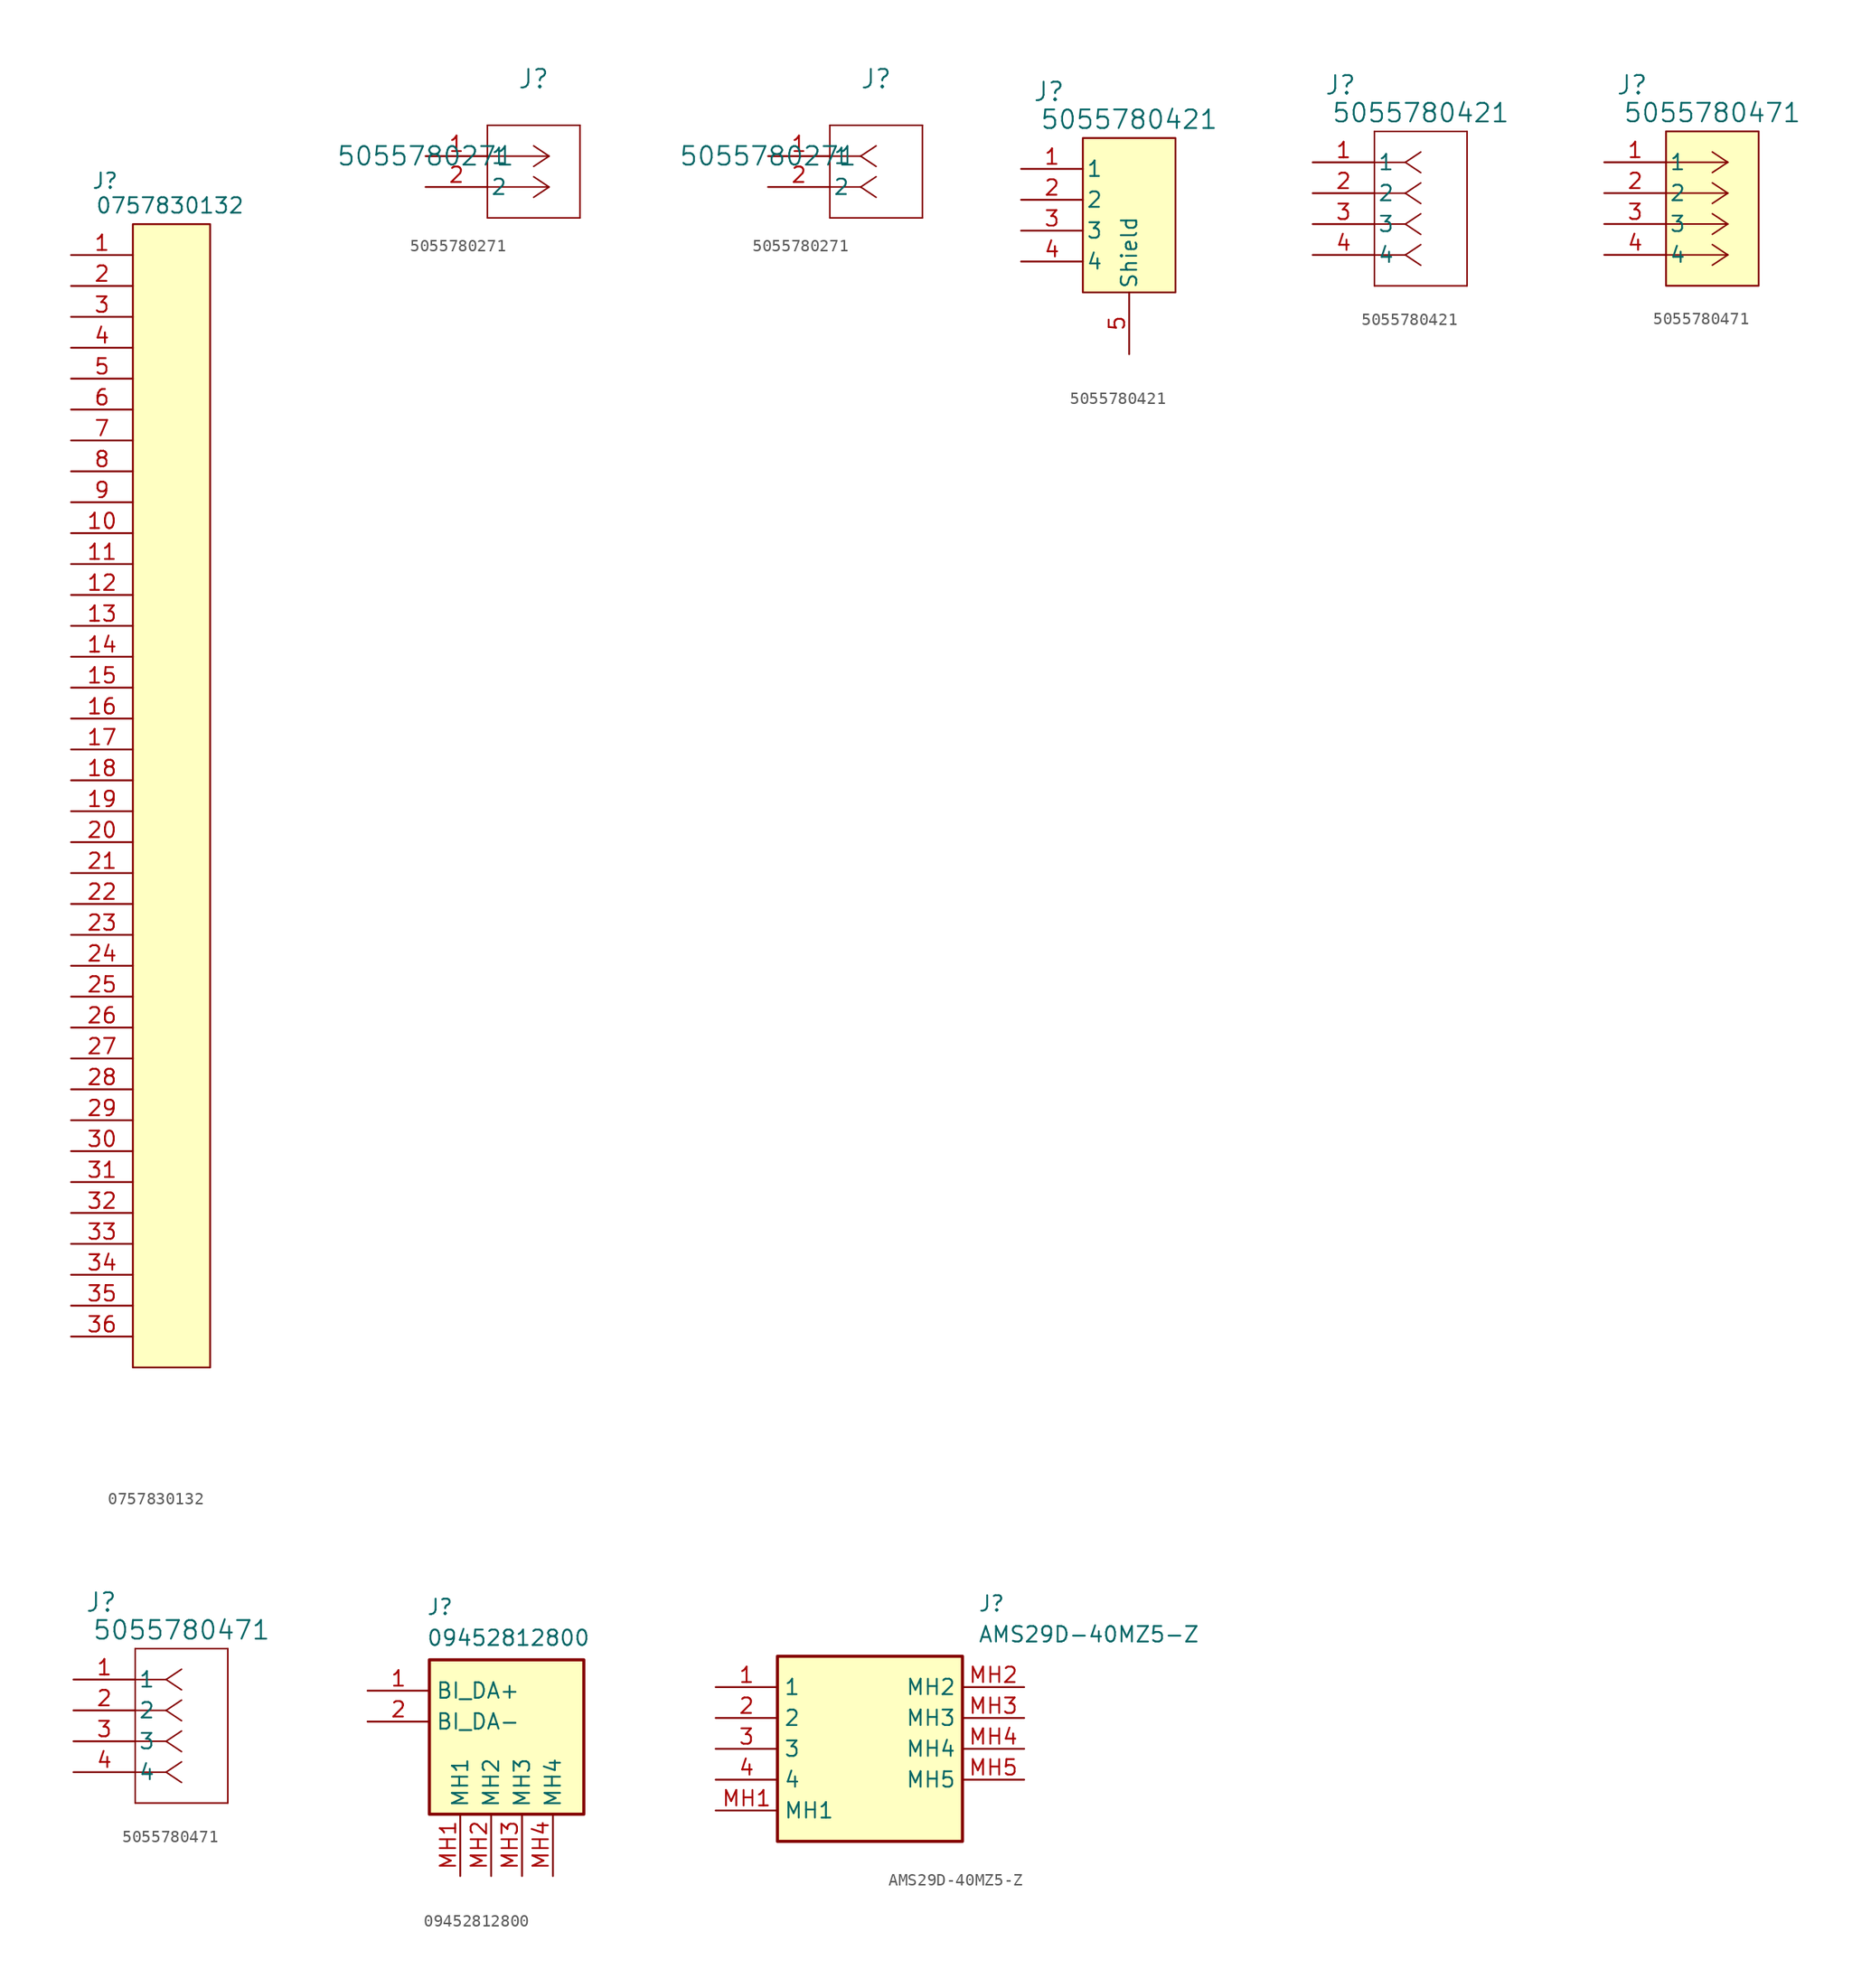
<source format=kicad_sym>
(kicad_symbol_lib
  (version 20241209)
  (generator "kicad_symbol_editor")
  (generator_version "9.0")
  (symbol "0757830132"
    (property "Reference" "J"
      (at 2.794 6.096 0)
      (effects (font (size 1.27 1.27))))
    (property "Value" "0757830132"
      (at 8.128 4.064 0)
      (effects (font (size 1.27 1.27))))
    (symbol "0757830132_1_1"
      (rectangle (start 5.08 2.54) (end 11.43 -91.44) (stroke (width 0) (type solid)) (fill (type background)))
      (pin input line (at 0 0 0) (length 5.08) (name "" (effects (font (size 1.27 1.27)))) (number "1" (effects (font (size 1.27 1.27)))))
      (pin input line (at 0 -2.54 0) (length 5.08) (name "" (effects (font (size 1.27 1.27)))) (number "2" (effects (font (size 1.27 1.27)))))
      (pin input line (at 0 -5.08 0) (length 5.08) (name "" (effects (font (size 1.27 1.27)))) (number "3" (effects (font (size 1.27 1.27)))))
      (pin input line (at 0 -7.62 0) (length 5.08) (name "" (effects (font (size 1.27 1.27)))) (number "4" (effects (font (size 1.27 1.27)))))
      (pin input line (at 0 -10.16 0) (length 5.08) (name "" (effects (font (size 1.27 1.27)))) (number "5" (effects (font (size 1.27 1.27)))))
      (pin input line (at 0 -12.7 0) (length 5.08) (name "" (effects (font (size 1.27 1.27)))) (number "6" (effects (font (size 1.27 1.27)))))
      (pin input line (at 0 -15.24 0) (length 5.08) (name "" (effects (font (size 1.27 1.27)))) (number "7" (effects (font (size 1.27 1.27)))))
      (pin input line (at 0 -17.78 0) (length 5.08) (name "" (effects (font (size 1.27 1.27)))) (number "8" (effects (font (size 1.27 1.27)))))
      (pin input line (at 0 -20.32 0) (length 5.08) (name "" (effects (font (size 1.27 1.27)))) (number "9" (effects (font (size 1.27 1.27)))))
      (pin input line (at 0 -22.86 0) (length 5.08) (name "" (effects (font (size 1.27 1.27)))) (number "10" (effects (font (size 1.27 1.27)))))
      (pin input line (at 0 -25.4 0) (length 5.08) (name "" (effects (font (size 1.27 1.27)))) (number "11" (effects (font (size 1.27 1.27)))))
      (pin input line (at 0 -27.94 0) (length 5.08) (name "" (effects (font (size 1.27 1.27)))) (number "12" (effects (font (size 1.27 1.27)))))
      (pin input line (at 0 -30.48 0) (length 5.08) (name "" (effects (font (size 1.27 1.27)))) (number "13" (effects (font (size 1.27 1.27)))))
      (pin input line (at 0 -33.02 0) (length 5.08) (name "" (effects (font (size 1.27 1.27)))) (number "14" (effects (font (size 1.27 1.27)))))
      (pin input line (at 0 -35.56 0) (length 5.08) (name "" (effects (font (size 1.27 1.27)))) (number "15" (effects (font (size 1.27 1.27)))))
      (pin input line (at 0 -38.1 0) (length 5.08) (name "" (effects (font (size 1.27 1.27)))) (number "16" (effects (font (size 1.27 1.27)))))
      (pin input line (at 0 -40.64 0) (length 5.08) (name "" (effects (font (size 1.27 1.27)))) (number "17" (effects (font (size 1.27 1.27)))))
      (pin input line (at 0 -43.18 0) (length 5.08) (name "" (effects (font (size 1.27 1.27)))) (number "18" (effects (font (size 1.27 1.27)))))
      (pin input line (at 0 -45.72 0) (length 5.08) (name "" (effects (font (size 1.27 1.27)))) (number "19" (effects (font (size 1.27 1.27)))))
      (pin input line (at 0 -48.26 0) (length 5.08) (name "" (effects (font (size 1.27 1.27)))) (number "20" (effects (font (size 1.27 1.27)))))
      (pin input line (at 0 -50.8 0) (length 5.08) (name "" (effects (font (size 1.27 1.27)))) (number "21" (effects (font (size 1.27 1.27)))))
      (pin input line (at 0 -53.34 0) (length 5.08) (name "" (effects (font (size 1.27 1.27)))) (number "22" (effects (font (size 1.27 1.27)))))
      (pin input line (at 0 -55.88 0) (length 5.08) (name "" (effects (font (size 1.27 1.27)))) (number "23" (effects (font (size 1.27 1.27)))))
      (pin input line (at 0 -58.42 0) (length 5.08) (name "" (effects (font (size 1.27 1.27)))) (number "24" (effects (font (size 1.27 1.27)))))
      (pin input line (at 0 -60.96 0) (length 5.08) (name "" (effects (font (size 1.27 1.27)))) (number "25" (effects (font (size 1.27 1.27)))))
      (pin input line (at 0 -63.5 0) (length 5.08) (name "" (effects (font (size 1.27 1.27)))) (number "26" (effects (font (size 1.27 1.27)))))
      (pin input line (at 0 -66.04 0) (length 5.08) (name "" (effects (font (size 1.27 1.27)))) (number "27" (effects (font (size 1.27 1.27)))))
      (pin input line (at 0 -68.58 0) (length 5.08) (name "" (effects (font (size 1.27 1.27)))) (number "28" (effects (font (size 1.27 1.27)))))
      (pin input line (at 0 -71.12 0) (length 5.08) (name "" (effects (font (size 1.27 1.27)))) (number "29" (effects (font (size 1.27 1.27)))))
      (pin input line (at 0 -73.66 0) (length 5.08) (name "" (effects (font (size 1.27 1.27)))) (number "30" (effects (font (size 1.27 1.27)))))
      (pin input line (at 0 -76.2 0) (length 5.08) (name "" (effects (font (size 1.27 1.27)))) (number "31" (effects (font (size 1.27 1.27)))))
      (pin input line (at 0 -78.74 0) (length 5.08) (name "" (effects (font (size 1.27 1.27)))) (number "32" (effects (font (size 1.27 1.27)))))
      (pin input line (at 0 -81.28 0) (length 5.08) (name "" (effects (font (size 1.27 1.27)))) (number "33" (effects (font (size 1.27 1.27)))))
      (pin input line (at 0 -83.82 0) (length 5.08) (name "" (effects (font (size 1.27 1.27)))) (number "34" (effects (font (size 1.27 1.27)))))
      (pin input line (at 0 -86.36 0) (length 5.08) (name "" (effects (font (size 1.27 1.27)))) (number "35" (effects (font (size 1.27 1.27)))))
      (pin input line (at 0 -88.9 0) (length 5.08) (name "" (effects (font (size 1.27 1.27)))) (number "36" (effects (font (size 1.27 1.27)))))))
  (symbol "5055780271"
    (pin_names
      (offset 0.254))
    (property "Reference" "J"
      (at 8.89 6.35 0)
      (effects (font (size 1.524 1.524))))
    (property "Value" "5055780271"
      (at 0 0 0)
      (effects (font (size 1.524 1.524))))
    (property "ki_locked" ""
      (at 0 0 0)
      (effects (font (size 1.27 1.27))))
    (symbol "5055780271_1_1"
      (polyline (pts (xy 5.08 2.54) (xy 5.08 -5.08)) (stroke (width 0.127) (type default)) (fill (type none)))
      (polyline (pts (xy 5.08 -5.08) (xy 12.7 -5.08)) (stroke (width 0.127) (type default)) (fill (type none)))
      (polyline (pts (xy 10.16 0) (xy 5.08 0)) (stroke (width 0.127) (type default)) (fill (type none)))
      (polyline (pts (xy 10.16 0) (xy 8.89 0.847)) (stroke (width 0.127) (type default)) (fill (type none)))
      (polyline (pts (xy 10.16 0) (xy 8.89 -0.847)) (stroke (width 0.127) (type default)) (fill (type none)))
      (polyline (pts (xy 10.16 -2.54) (xy 5.08 -2.54)) (stroke (width 0.127) (type default)) (fill (type none)))
      (polyline (pts (xy 10.16 -2.54) (xy 8.89 -1.693)) (stroke (width 0.127) (type default)) (fill (type none)))
      (polyline (pts (xy 10.16 -2.54) (xy 8.89 -3.387)) (stroke (width 0.127) (type default)) (fill (type none)))
      (polyline (pts (xy 12.7 2.54) (xy 5.08 2.54)) (stroke (width 0.127) (type default)) (fill (type none)))
      (polyline (pts (xy 12.7 -5.08) (xy 12.7 2.54)) (stroke (width 0.127) (type default)) (fill (type none)))
      (pin unspecified line (at 0 0 0) (length 5.08) (name "1" (effects (font (size 1.27 1.27)))) (number "1" (effects (font (size 1.27 1.27)))))
      (pin unspecified line (at 0 -2.54 0) (length 5.08) (name "2" (effects (font (size 1.27 1.27)))) (number "2" (effects (font (size 1.27 1.27))))))
    (symbol "5055780271_1_2"
      (polyline (pts (xy 5.08 2.54) (xy 5.08 -5.08)) (stroke (width 0.127) (type default)) (fill (type none)))
      (polyline (pts (xy 5.08 -5.08) (xy 12.7 -5.08)) (stroke (width 0.127) (type default)) (fill (type none)))
      (polyline (pts (xy 7.62 0) (xy 5.08 0)) (stroke (width 0.127) (type default)) (fill (type none)))
      (polyline (pts (xy 7.62 0) (xy 8.89 0.847)) (stroke (width 0.127) (type default)) (fill (type none)))
      (polyline (pts (xy 7.62 0) (xy 8.89 -0.847)) (stroke (width 0.127) (type default)) (fill (type none)))
      (polyline (pts (xy 7.62 -2.54) (xy 5.08 -2.54)) (stroke (width 0.127) (type default)) (fill (type none)))
      (polyline (pts (xy 7.62 -2.54) (xy 8.89 -1.693)) (stroke (width 0.127) (type default)) (fill (type none)))
      (polyline (pts (xy 7.62 -2.54) (xy 8.89 -3.387)) (stroke (width 0.127) (type default)) (fill (type none)))
      (polyline (pts (xy 12.7 2.54) (xy 5.08 2.54)) (stroke (width 0.127) (type default)) (fill (type none)))
      (polyline (pts (xy 12.7 -5.08) (xy 12.7 2.54)) (stroke (width 0.127) (type default)) (fill (type none)))
      (pin unspecified line (at 0 0 0) (length 5.08) (name "1" (effects (font (size 1.27 1.27)))) (number "1" (effects (font (size 1.27 1.27)))))
      (pin unspecified line (at 0 -2.54 0) (length 5.08) (name "2" (effects (font (size 1.27 1.27)))) (number "2" (effects (font (size 1.27 1.27)))))))
  (symbol "5055780421"
    (pin_names
      (offset 0.254))
    (property "Reference" "J"
      (at 2.286 6.35 0)
      (effects (font (size 1.524 1.524))))
    (property "Value" "5055780421"
      (at 8.89 4.064 0)
      (effects (font (size 1.524 1.524))))
    (symbol "5055780421_1_1"
      (rectangle (start 5.08 2.54) (end 12.7 -10.16) (stroke (width 0) (type default)) (fill (type background)))
      (pin passive line (at 0 0 0) (length 5.08) (name "1" (effects (font (size 1.27 1.27)))) (number "1" (effects (font (size 1.27 1.27)))))
      (pin passive line (at 0 -2.54 0) (length 5.08) (name "2" (effects (font (size 1.27 1.27)))) (number "2" (effects (font (size 1.27 1.27)))))
      (pin passive line (at 0 -5.08 0) (length 5.08) (name "3" (effects (font (size 1.27 1.27)))) (number "3" (effects (font (size 1.27 1.27)))))
      (pin passive line (at 0 -7.62 0) (length 5.08) (name "4" (effects (font (size 1.27 1.27)))) (number "4" (effects (font (size 1.27 1.27)))))
      (pin passive line (at 8.89 -15.24 90) (length 5.08) (name "Shield" (effects (font (size 1.27 1.27)))) (number "5" (effects (font (size 1.27 1.27)))))
      (pin passive line (at 8.89 -15.24 90) (length 5.08) (hide yes) (name "Shield" (effects (font (size 1.27 1.27)))) (number "6" (effects (font (size 1.27 1.27))))))
    (symbol "5055780421_1_2"
      (polyline (pts (xy 5.08 2.54) (xy 5.08 -10.16)) (stroke (width 0.127) (type default)) (fill (type none)))
      (polyline (pts (xy 5.08 -10.16) (xy 12.7 -10.16)) (stroke (width 0.127) (type default)) (fill (type none)))
      (polyline (pts (xy 7.62 0) (xy 5.08 0)) (stroke (width 0.127) (type default)) (fill (type none)))
      (polyline (pts (xy 7.62 0) (xy 8.89 0.847)) (stroke (width 0.127) (type default)) (fill (type none)))
      (polyline (pts (xy 7.62 0) (xy 8.89 -0.847)) (stroke (width 0.127) (type default)) (fill (type none)))
      (polyline (pts (xy 7.62 -2.54) (xy 5.08 -2.54)) (stroke (width 0.127) (type default)) (fill (type none)))
      (polyline (pts (xy 7.62 -2.54) (xy 8.89 -1.693)) (stroke (width 0.127) (type default)) (fill (type none)))
      (polyline (pts (xy 7.62 -2.54) (xy 8.89 -3.387)) (stroke (width 0.127) (type default)) (fill (type none)))
      (polyline (pts (xy 7.62 -5.08) (xy 5.08 -5.08)) (stroke (width 0.127) (type default)) (fill (type none)))
      (polyline (pts (xy 7.62 -5.08) (xy 8.89 -4.233)) (stroke (width 0.127) (type default)) (fill (type none)))
      (polyline (pts (xy 7.62 -5.08) (xy 8.89 -5.927)) (stroke (width 0.127) (type default)) (fill (type none)))
      (polyline (pts (xy 7.62 -7.62) (xy 5.08 -7.62)) (stroke (width 0.127) (type default)) (fill (type none)))
      (polyline (pts (xy 7.62 -7.62) (xy 8.89 -6.773)) (stroke (width 0.127) (type default)) (fill (type none)))
      (polyline (pts (xy 7.62 -7.62) (xy 8.89 -8.467)) (stroke (width 0.127) (type default)) (fill (type none)))
      (polyline (pts (xy 12.7 2.54) (xy 5.08 2.54)) (stroke (width 0.127) (type default)) (fill (type none)))
      (polyline (pts (xy 12.7 -10.16) (xy 12.7 2.54)) (stroke (width 0.127) (type default)) (fill (type none)))
      (pin unspecified line (at 0 0 0) (length 5.08) (name "1" (effects (font (size 1.27 1.27)))) (number "1" (effects (font (size 1.27 1.27)))))
      (pin unspecified line (at 0 -2.54 0) (length 5.08) (name "2" (effects (font (size 1.27 1.27)))) (number "2" (effects (font (size 1.27 1.27)))))
      (pin unspecified line (at 0 -5.08 0) (length 5.08) (name "3" (effects (font (size 1.27 1.27)))) (number "3" (effects (font (size 1.27 1.27)))))
      (pin unspecified line (at 0 -7.62 0) (length 5.08) (name "4" (effects (font (size 1.27 1.27)))) (number "4" (effects (font (size 1.27 1.27)))))))
  (symbol "5055780471"
    (pin_names
      (offset 0.254))
    (property "Reference" "J"
      (at 2.286 6.35 0)
      (effects (font (size 1.524 1.524))))
    (property "Value" "5055780471"
      (at 8.89 4.064 0)
      (effects (font (size 1.524 1.524))))
    (symbol "5055780471_1_1"
      (rectangle (start 5.08 2.54) (end 12.7 -10.16) (stroke (width 0) (type default)) (fill (type background)))
      (polyline (pts (xy 10.16 0) (xy 5.08 0)) (stroke (width 0.127) (type default)) (fill (type none)))
      (polyline (pts (xy 10.16 0) (xy 8.89 0.847)) (stroke (width 0.127) (type default)) (fill (type none)))
      (polyline (pts (xy 10.16 0) (xy 8.89 -0.847)) (stroke (width 0.127) (type default)) (fill (type none)))
      (polyline (pts (xy 10.16 -2.54) (xy 5.08 -2.54)) (stroke (width 0.127) (type default)) (fill (type none)))
      (polyline (pts (xy 10.16 -2.54) (xy 8.89 -1.693)) (stroke (width 0.127) (type default)) (fill (type none)))
      (polyline (pts (xy 10.16 -2.54) (xy 8.89 -3.387)) (stroke (width 0.127) (type default)) (fill (type none)))
      (polyline (pts (xy 10.16 -5.08) (xy 5.08 -5.08)) (stroke (width 0.127) (type default)) (fill (type none)))
      (polyline (pts (xy 10.16 -5.08) (xy 8.89 -4.233)) (stroke (width 0.127) (type default)) (fill (type none)))
      (polyline (pts (xy 10.16 -5.08) (xy 8.89 -5.927)) (stroke (width 0.127) (type default)) (fill (type none)))
      (polyline (pts (xy 10.16 -7.62) (xy 5.08 -7.62)) (stroke (width 0.127) (type default)) (fill (type none)))
      (polyline (pts (xy 10.16 -7.62) (xy 8.89 -6.773)) (stroke (width 0.127) (type default)) (fill (type none)))
      (polyline (pts (xy 10.16 -7.62) (xy 8.89 -8.467)) (stroke (width 0.127) (type default)) (fill (type none)))
      (pin unspecified line (at 0 0 0) (length 5.08) (name "1" (effects (font (size 1.27 1.27)))) (number "1" (effects (font (size 1.27 1.27)))))
      (pin unspecified line (at 0 -2.54 0) (length 5.08) (name "2" (effects (font (size 1.27 1.27)))) (number "2" (effects (font (size 1.27 1.27)))))
      (pin unspecified line (at 0 -5.08 0) (length 5.08) (name "3" (effects (font (size 1.27 1.27)))) (number "3" (effects (font (size 1.27 1.27)))))
      (pin unspecified line (at 0 -7.62 0) (length 5.08) (name "4" (effects (font (size 1.27 1.27)))) (number "4" (effects (font (size 1.27 1.27))))))
    (symbol "5055780471_1_2"
      (polyline (pts (xy 5.08 2.54) (xy 5.08 -10.16)) (stroke (width 0.127) (type default)) (fill (type none)))
      (polyline (pts (xy 5.08 -10.16) (xy 12.7 -10.16)) (stroke (width 0.127) (type default)) (fill (type none)))
      (polyline (pts (xy 7.62 0) (xy 5.08 0)) (stroke (width 0.127) (type default)) (fill (type none)))
      (polyline (pts (xy 7.62 0) (xy 8.89 0.847)) (stroke (width 0.127) (type default)) (fill (type none)))
      (polyline (pts (xy 7.62 0) (xy 8.89 -0.847)) (stroke (width 0.127) (type default)) (fill (type none)))
      (polyline (pts (xy 7.62 -2.54) (xy 5.08 -2.54)) (stroke (width 0.127) (type default)) (fill (type none)))
      (polyline (pts (xy 7.62 -2.54) (xy 8.89 -1.693)) (stroke (width 0.127) (type default)) (fill (type none)))
      (polyline (pts (xy 7.62 -2.54) (xy 8.89 -3.387)) (stroke (width 0.127) (type default)) (fill (type none)))
      (polyline (pts (xy 7.62 -5.08) (xy 5.08 -5.08)) (stroke (width 0.127) (type default)) (fill (type none)))
      (polyline (pts (xy 7.62 -5.08) (xy 8.89 -4.233)) (stroke (width 0.127) (type default)) (fill (type none)))
      (polyline (pts (xy 7.62 -5.08) (xy 8.89 -5.927)) (stroke (width 0.127) (type default)) (fill (type none)))
      (polyline (pts (xy 7.62 -7.62) (xy 5.08 -7.62)) (stroke (width 0.127) (type default)) (fill (type none)))
      (polyline (pts (xy 7.62 -7.62) (xy 8.89 -6.773)) (stroke (width 0.127) (type default)) (fill (type none)))
      (polyline (pts (xy 7.62 -7.62) (xy 8.89 -8.467)) (stroke (width 0.127) (type default)) (fill (type none)))
      (polyline (pts (xy 12.7 2.54) (xy 5.08 2.54)) (stroke (width 0.127) (type default)) (fill (type none)))
      (polyline (pts (xy 12.7 -10.16) (xy 12.7 2.54)) (stroke (width 0.127) (type default)) (fill (type none)))
      (pin unspecified line (at 0 0 0) (length 5.08) (name "1" (effects (font (size 1.27 1.27)))) (number "1" (effects (font (size 1.27 1.27)))))
      (pin unspecified line (at 0 -2.54 0) (length 5.08) (name "2" (effects (font (size 1.27 1.27)))) (number "2" (effects (font (size 1.27 1.27)))))
      (pin unspecified line (at 0 -5.08 0) (length 5.08) (name "3" (effects (font (size 1.27 1.27)))) (number "3" (effects (font (size 1.27 1.27)))))
      (pin unspecified line (at 0 -7.62 0) (length 5.08) (name "4" (effects (font (size 1.27 1.27)))) (number "4" (effects (font (size 1.27 1.27)))))))
  (symbol "09452812800"
    (property "Reference" "J"
      (at 4.826 7.62 0)
      (effects (font (size 1.27 1.27)) (justify left top)))
    (property "Value" "09452812800"
      (at 4.826 5.08 0)
      (effects (font (size 1.27 1.27)) (justify left top)))
    (symbol "09452812800_1_1"
      (rectangle (start 5.08 2.54) (end 17.78 -10.16) (stroke (width 0.254) (type default)) (fill (type background)))
      (pin passive line (at 0 0 0) (length 5.08) (name "BI_DA+" (effects (font (size 1.27 1.27)))) (number "1" (effects (font (size 1.27 1.27)))))
      (pin passive line (at 0 -2.54 0) (length 5.08) (name "BI_DA-" (effects (font (size 1.27 1.27)))) (number "2" (effects (font (size 1.27 1.27)))))
      (pin passive line (at 7.62 -15.24 90) (length 5.08) (name "MH1" (effects (font (size 1.27 1.27)))) (number "MH1" (effects (font (size 1.27 1.27)))))
      (pin passive line (at 10.16 -15.24 90) (length 5.08) (name "MH2" (effects (font (size 1.27 1.27)))) (number "MH2" (effects (font (size 1.27 1.27)))))
      (pin passive line (at 12.7 -15.24 90) (length 5.08) (name "MH3" (effects (font (size 1.27 1.27)))) (number "MH3" (effects (font (size 1.27 1.27)))))
      (pin passive line (at 15.24 -15.24 90) (length 5.08) (name "MH4" (effects (font (size 1.27 1.27)))) (number "MH4" (effects (font (size 1.27 1.27)))))))
  (symbol "AMS29D-40MZ5-Z"
    (property "Reference" "J"
      (at 21.59 7.62 0)
      (effects (font (size 1.27 1.27)) (justify left top)))
    (property "Value" "AMS29D-40MZ5-Z"
      (at 21.59 5.08 0)
      (effects (font (size 1.27 1.27)) (justify left top)))
    (symbol "AMS29D-40MZ5-Z_1_1"
      (rectangle (start 5.08 2.54) (end 20.32 -12.7) (stroke (width 0.254) (type default)) (fill (type background)))
      (pin passive line (at 0 0 0) (length 5.08) (name "1" (effects (font (size 1.27 1.27)))) (number "1" (effects (font (size 1.27 1.27)))))
      (pin passive line (at 0 -2.54 0) (length 5.08) (name "2" (effects (font (size 1.27 1.27)))) (number "2" (effects (font (size 1.27 1.27)))))
      (pin passive line (at 0 -5.08 0) (length 5.08) (name "3" (effects (font (size 1.27 1.27)))) (number "3" (effects (font (size 1.27 1.27)))))
      (pin passive line (at 0 -7.62 0) (length 5.08) (name "4" (effects (font (size 1.27 1.27)))) (number "4" (effects (font (size 1.27 1.27)))))
      (pin passive line (at 0 -10.16 0) (length 5.08) (name "MH1" (effects (font (size 1.27 1.27)))) (number "MH1" (effects (font (size 1.27 1.27)))))
      (pin passive line (at 25.4 0 180) (length 5.08) (name "MH2" (effects (font (size 1.27 1.27)))) (number "MH2" (effects (font (size 1.27 1.27)))))
      (pin passive line (at 25.4 -2.54 180) (length 5.08) (name "MH3" (effects (font (size 1.27 1.27)))) (number "MH3" (effects (font (size 1.27 1.27)))))
      (pin passive line (at 25.4 -5.08 180) (length 5.08) (name "MH4" (effects (font (size 1.27 1.27)))) (number "MH4" (effects (font (size 1.27 1.27)))))
      (pin passive line (at 25.4 -7.62 180) (length 5.08) (name "MH5" (effects (font (size 1.27 1.27)))) (number "MH5" (effects (font (size 1.27 1.27))))))))
</source>
